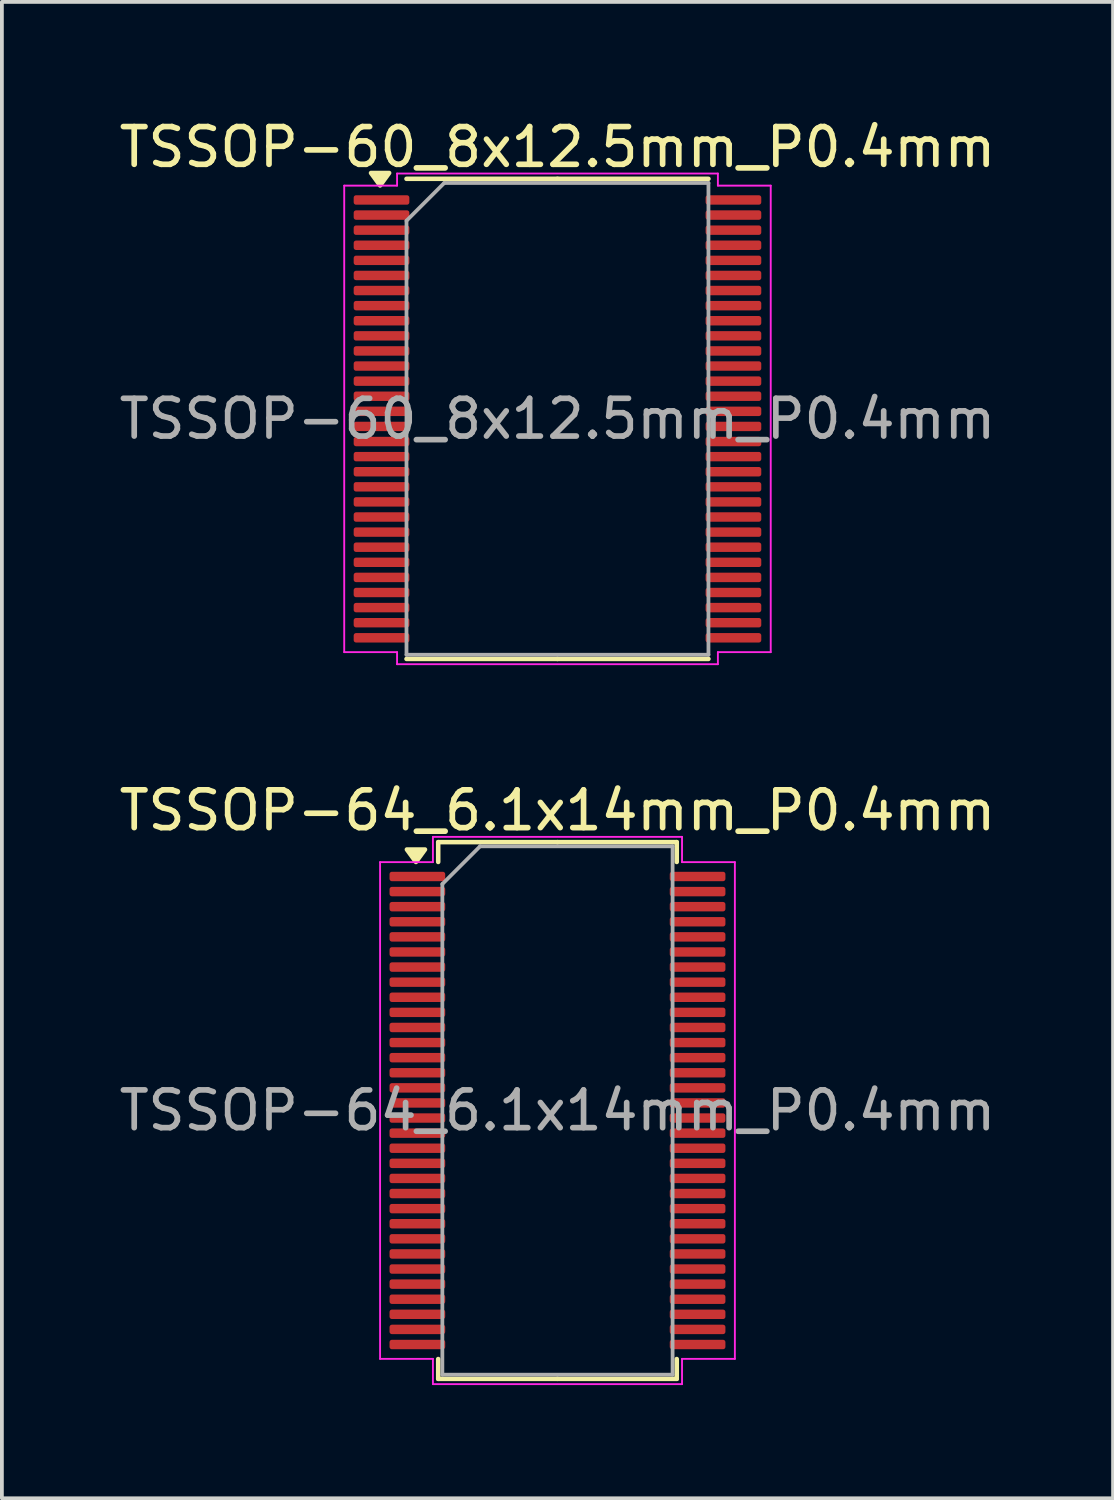
<source format=kicad_pcb>
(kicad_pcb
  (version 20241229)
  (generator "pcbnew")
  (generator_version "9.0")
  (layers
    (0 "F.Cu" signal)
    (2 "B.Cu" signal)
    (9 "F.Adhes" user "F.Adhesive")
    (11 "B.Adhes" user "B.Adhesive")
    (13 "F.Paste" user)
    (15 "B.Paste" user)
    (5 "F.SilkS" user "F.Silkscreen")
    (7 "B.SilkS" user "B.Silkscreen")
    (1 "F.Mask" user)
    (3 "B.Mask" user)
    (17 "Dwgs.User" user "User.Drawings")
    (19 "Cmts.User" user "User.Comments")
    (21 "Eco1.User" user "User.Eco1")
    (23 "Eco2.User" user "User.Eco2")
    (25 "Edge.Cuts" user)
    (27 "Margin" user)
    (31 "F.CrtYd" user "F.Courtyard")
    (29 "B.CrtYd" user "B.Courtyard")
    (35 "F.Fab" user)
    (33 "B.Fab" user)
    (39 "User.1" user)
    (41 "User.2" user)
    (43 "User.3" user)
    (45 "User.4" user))
  (footprint "TSSOP-60_8x12.5mm_P0.4mm"
    (layer "F.Cu")
    (at 11.72 8.048)
    (property "Reference" "TSSOP-60_8x12.5mm_P0.4mm" (at 0 -7.2 0) (layer "F.SilkS") (effects (font (size 1 1) (thickness 0.15))))
    (attr smd)
    (fp_line (start 0 -6.36) (end -4 -6.36) (stroke (width 0.12) (type solid)) (layer "F.SilkS"))
    (fp_line (start 0 -6.36) (end 4 -6.36) (stroke (width 0.12) (type solid)) (layer "F.SilkS"))
    (fp_line (start 0 6.36) (end -4 6.36) (stroke (width 0.12) (type solid)) (layer "F.SilkS"))
    (fp_line (start 0 6.36) (end 4 6.36) (stroke (width 0.12) (type solid)) (layer "F.SilkS"))
    (fp_poly (pts (xy -4.7 -6.185) (xy -4.94 -6.515) (xy -4.46 -6.515)) (stroke (width 0.12) (type solid)) (fill yes) (layer "F.SilkS"))
    (fp_line (start -5.65 -6.18) (end -4.25 -6.18) (stroke (width 0.05) (type solid)) (layer "F.CrtYd"))
    (fp_line (start -5.65 6.18) (end -5.65 -6.18) (stroke (width 0.05) (type solid)) (layer "F.CrtYd"))
    (fp_line (start -4.25 -6.5) (end 4.25 -6.5) (stroke (width 0.05) (type solid)) (layer "F.CrtYd"))
    (fp_line (start -4.25 -6.18) (end -4.25 -6.5) (stroke (width 0.05) (type solid)) (layer "F.CrtYd"))
    (fp_line (start -4.25 6.18) (end -5.65 6.18) (stroke (width 0.05) (type solid)) (layer "F.CrtYd"))
    (fp_line (start -4.25 6.5) (end -4.25 6.18) (stroke (width 0.05) (type solid)) (layer "F.CrtYd"))
    (fp_line (start 4.25 -6.5) (end 4.25 -6.18) (stroke (width 0.05) (type solid)) (layer "F.CrtYd"))
    (fp_line (start 4.25 -6.18) (end 5.65 -6.18) (stroke (width 0.05) (type solid)) (layer "F.CrtYd"))
    (fp_line (start 4.25 6.18) (end 4.25 6.5) (stroke (width 0.05) (type solid)) (layer "F.CrtYd"))
    (fp_line (start 4.25 6.5) (end -4.25 6.5) (stroke (width 0.05) (type solid)) (layer "F.CrtYd"))
    (fp_line (start 5.65 -6.18) (end 5.65 6.18) (stroke (width 0.05) (type solid)) (layer "F.CrtYd"))
    (fp_line (start 5.65 6.18) (end 4.25 6.18) (stroke (width 0.05) (type solid)) (layer "F.CrtYd"))
    (fp_line (start -4 -5.25) (end -3 -6.25) (stroke (width 0.1) (type solid)) (layer "F.Fab"))
    (fp_line (start -4 6.25) (end -4 -5.25) (stroke (width 0.1) (type solid)) (layer "F.Fab"))
    (fp_line (start -3 -6.25) (end 4 -6.25) (stroke (width 0.1) (type solid)) (layer "F.Fab"))
    (fp_line (start 4 -6.25) (end 4 6.25) (stroke (width 0.1) (type solid)) (layer "F.Fab"))
    (fp_line (start 4 6.25) (end -4 6.25) (stroke (width 0.1) (type solid)) (layer "F.Fab"))
    (fp_text user "${REFERENCE}" (at 0 0 0) (layer "F.Fab") (effects (font (size 1 1) (thickness 0.15))))
    (pad "1" smd roundrect (at -4.662 -5.8) (size 1.475 0.25) (layers "F.Cu" "F.Mask" "F.Paste") (roundrect_rratio 0.25))
    (pad "2" smd roundrect (at -4.662 -5.4) (size 1.475 0.25) (layers "F.Cu" "F.Mask" "F.Paste") (roundrect_rratio 0.25))
    (pad "3" smd roundrect (at -4.662 -5) (size 1.475 0.25) (layers "F.Cu" "F.Mask" "F.Paste") (roundrect_rratio 0.25))
    (pad "4" smd roundrect (at -4.662 -4.6) (size 1.475 0.25) (layers "F.Cu" "F.Mask" "F.Paste") (roundrect_rratio 0.25))
    (pad "5" smd roundrect (at -4.662 -4.2) (size 1.475 0.25) (layers "F.Cu" "F.Mask" "F.Paste") (roundrect_rratio 0.25))
    (pad "6" smd roundrect (at -4.662 -3.8) (size 1.475 0.25) (layers "F.Cu" "F.Mask" "F.Paste") (roundrect_rratio 0.25))
    (pad "7" smd roundrect (at -4.662 -3.4) (size 1.475 0.25) (layers "F.Cu" "F.Mask" "F.Paste") (roundrect_rratio 0.25))
    (pad "8" smd roundrect (at -4.662 -3) (size 1.475 0.25) (layers "F.Cu" "F.Mask" "F.Paste") (roundrect_rratio 0.25))
    (pad "9" smd roundrect (at -4.662 -2.6) (size 1.475 0.25) (layers "F.Cu" "F.Mask" "F.Paste") (roundrect_rratio 0.25))
    (pad "10" smd roundrect (at -4.662 -2.2) (size 1.475 0.25) (layers "F.Cu" "F.Mask" "F.Paste") (roundrect_rratio 0.25))
    (pad "11" smd roundrect (at -4.662 -1.8) (size 1.475 0.25) (layers "F.Cu" "F.Mask" "F.Paste") (roundrect_rratio 0.25))
    (pad "12" smd roundrect (at -4.662 -1.4) (size 1.475 0.25) (layers "F.Cu" "F.Mask" "F.Paste") (roundrect_rratio 0.25))
    (pad "13" smd roundrect (at -4.662 -1) (size 1.475 0.25) (layers "F.Cu" "F.Mask" "F.Paste") (roundrect_rratio 0.25))
    (pad "14" smd roundrect (at -4.662 -0.6) (size 1.475 0.25) (layers "F.Cu" "F.Mask" "F.Paste") (roundrect_rratio 0.25))
    (pad "15" smd roundrect (at -4.662 -0.2) (size 1.475 0.25) (layers "F.Cu" "F.Mask" "F.Paste") (roundrect_rratio 0.25))
    (pad "16" smd roundrect (at -4.662 0.2) (size 1.475 0.25) (layers "F.Cu" "F.Mask" "F.Paste") (roundrect_rratio 0.25))
    (pad "17" smd roundrect (at -4.662 0.6) (size 1.475 0.25) (layers "F.Cu" "F.Mask" "F.Paste") (roundrect_rratio 0.25))
    (pad "18" smd roundrect (at -4.662 1) (size 1.475 0.25) (layers "F.Cu" "F.Mask" "F.Paste") (roundrect_rratio 0.25))
    (pad "19" smd roundrect (at -4.662 1.4) (size 1.475 0.25) (layers "F.Cu" "F.Mask" "F.Paste") (roundrect_rratio 0.25))
    (pad "20" smd roundrect (at -4.662 1.8) (size 1.475 0.25) (layers "F.Cu" "F.Mask" "F.Paste") (roundrect_rratio 0.25))
    (pad "21" smd roundrect (at -4.662 2.2) (size 1.475 0.25) (layers "F.Cu" "F.Mask" "F.Paste") (roundrect_rratio 0.25))
    (pad "22" smd roundrect (at -4.662 2.6) (size 1.475 0.25) (layers "F.Cu" "F.Mask" "F.Paste") (roundrect_rratio 0.25))
    (pad "23" smd roundrect (at -4.662 3) (size 1.475 0.25) (layers "F.Cu" "F.Mask" "F.Paste") (roundrect_rratio 0.25))
    (pad "24" smd roundrect (at -4.662 3.4) (size 1.475 0.25) (layers "F.Cu" "F.Mask" "F.Paste") (roundrect_rratio 0.25))
    (pad "25" smd roundrect (at -4.662 3.8) (size 1.475 0.25) (layers "F.Cu" "F.Mask" "F.Paste") (roundrect_rratio 0.25))
    (pad "26" smd roundrect (at -4.662 4.2) (size 1.475 0.25) (layers "F.Cu" "F.Mask" "F.Paste") (roundrect_rratio 0.25))
    (pad "27" smd roundrect (at -4.662 4.6) (size 1.475 0.25) (layers "F.Cu" "F.Mask" "F.Paste") (roundrect_rratio 0.25))
    (pad "28" smd roundrect (at -4.662 5) (size 1.475 0.25) (layers "F.Cu" "F.Mask" "F.Paste") (roundrect_rratio 0.25))
    (pad "29" smd roundrect (at -4.662 5.4) (size 1.475 0.25) (layers "F.Cu" "F.Mask" "F.Paste") (roundrect_rratio 0.25))
    (pad "30" smd roundrect (at -4.662 5.8) (size 1.475 0.25) (layers "F.Cu" "F.Mask" "F.Paste") (roundrect_rratio 0.25))
    (pad "31" smd roundrect (at 4.662 5.8) (size 1.475 0.25) (layers "F.Cu" "F.Mask" "F.Paste") (roundrect_rratio 0.25))
    (pad "32" smd roundrect (at 4.662 5.4) (size 1.475 0.25) (layers "F.Cu" "F.Mask" "F.Paste") (roundrect_rratio 0.25))
    (pad "33" smd roundrect (at 4.662 5) (size 1.475 0.25) (layers "F.Cu" "F.Mask" "F.Paste") (roundrect_rratio 0.25))
    (pad "34" smd roundrect (at 4.662 4.6) (size 1.475 0.25) (layers "F.Cu" "F.Mask" "F.Paste") (roundrect_rratio 0.25))
    (pad "35" smd roundrect (at 4.662 4.2) (size 1.475 0.25) (layers "F.Cu" "F.Mask" "F.Paste") (roundrect_rratio 0.25))
    (pad "36" smd roundrect (at 4.662 3.8) (size 1.475 0.25) (layers "F.Cu" "F.Mask" "F.Paste") (roundrect_rratio 0.25))
    (pad "37" smd roundrect (at 4.662 3.4) (size 1.475 0.25) (layers "F.Cu" "F.Mask" "F.Paste") (roundrect_rratio 0.25))
    (pad "38" smd roundrect (at 4.662 3) (size 1.475 0.25) (layers "F.Cu" "F.Mask" "F.Paste") (roundrect_rratio 0.25))
    (pad "39" smd roundrect (at 4.662 2.6) (size 1.475 0.25) (layers "F.Cu" "F.Mask" "F.Paste") (roundrect_rratio 0.25))
    (pad "40" smd roundrect (at 4.662 2.2) (size 1.475 0.25) (layers "F.Cu" "F.Mask" "F.Paste") (roundrect_rratio 0.25))
    (pad "41" smd roundrect (at 4.662 1.8) (size 1.475 0.25) (layers "F.Cu" "F.Mask" "F.Paste") (roundrect_rratio 0.25))
    (pad "42" smd roundrect (at 4.662 1.4) (size 1.475 0.25) (layers "F.Cu" "F.Mask" "F.Paste") (roundrect_rratio 0.25))
    (pad "43" smd roundrect (at 4.662 1) (size 1.475 0.25) (layers "F.Cu" "F.Mask" "F.Paste") (roundrect_rratio 0.25))
    (pad "44" smd roundrect (at 4.662 0.6) (size 1.475 0.25) (layers "F.Cu" "F.Mask" "F.Paste") (roundrect_rratio 0.25))
    (pad "45" smd roundrect (at 4.662 0.2) (size 1.475 0.25) (layers "F.Cu" "F.Mask" "F.Paste") (roundrect_rratio 0.25))
    (pad "46" smd roundrect (at 4.662 -0.2) (size 1.475 0.25) (layers "F.Cu" "F.Mask" "F.Paste") (roundrect_rratio 0.25))
    (pad "47" smd roundrect (at 4.662 -0.6) (size 1.475 0.25) (layers "F.Cu" "F.Mask" "F.Paste") (roundrect_rratio 0.25))
    (pad "48" smd roundrect (at 4.662 -1) (size 1.475 0.25) (layers "F.Cu" "F.Mask" "F.Paste") (roundrect_rratio 0.25))
    (pad "49" smd roundrect (at 4.662 -1.4) (size 1.475 0.25) (layers "F.Cu" "F.Mask" "F.Paste") (roundrect_rratio 0.25))
    (pad "50" smd roundrect (at 4.662 -1.8) (size 1.475 0.25) (layers "F.Cu" "F.Mask" "F.Paste") (roundrect_rratio 0.25))
    (pad "51" smd roundrect (at 4.662 -2.2) (size 1.475 0.25) (layers "F.Cu" "F.Mask" "F.Paste") (roundrect_rratio 0.25))
    (pad "52" smd roundrect (at 4.662 -2.6) (size 1.475 0.25) (layers "F.Cu" "F.Mask" "F.Paste") (roundrect_rratio 0.25))
    (pad "53" smd roundrect (at 4.662 -3) (size 1.475 0.25) (layers "F.Cu" "F.Mask" "F.Paste") (roundrect_rratio 0.25))
    (pad "54" smd roundrect (at 4.662 -3.4) (size 1.475 0.25) (layers "F.Cu" "F.Mask" "F.Paste") (roundrect_rratio 0.25))
    (pad "55" smd roundrect (at 4.662 -3.8) (size 1.475 0.25) (layers "F.Cu" "F.Mask" "F.Paste") (roundrect_rratio 0.25))
    (pad "56" smd roundrect (at 4.662 -4.2) (size 1.475 0.25) (layers "F.Cu" "F.Mask" "F.Paste") (roundrect_rratio 0.25))
    (pad "57" smd roundrect (at 4.662 -4.6) (size 1.475 0.25) (layers "F.Cu" "F.Mask" "F.Paste") (roundrect_rratio 0.25))
    (pad "58" smd roundrect (at 4.662 -5) (size 1.475 0.25) (layers "F.Cu" "F.Mask" "F.Paste") (roundrect_rratio 0.25))
    (pad "59" smd roundrect (at 4.662 -5.4) (size 1.475 0.25) (layers "F.Cu" "F.Mask" "F.Paste") (roundrect_rratio 0.25))
    (pad "60" smd roundrect (at 4.662 -5.8) (size 1.475 0.25) (layers "F.Cu" "F.Mask" "F.Paste") (roundrect_rratio 0.25)))
  (footprint "TSSOP-64_6.1x14mm_P0.4mm"
    (layer "F.Cu")
    (at 11.72 26.372)
    (property "Reference" "TSSOP-64_6.1x14mm_P0.4mm" (at 0 -7.95 0) (layer "F.SilkS") (effects (font (size 1 1) (thickness 0.15))))
    (attr smd)
    (fp_line (start -3.16 -7.11) (end -3.16 -6.585) (stroke (width 0.12) (type solid)) (layer "F.SilkS"))
    (fp_line (start -3.16 7.11) (end -3.16 6.585) (stroke (width 0.12) (type solid)) (layer "F.SilkS"))
    (fp_line (start 0 -7.11) (end -3.16 -7.11) (stroke (width 0.12) (type solid)) (layer "F.SilkS"))
    (fp_line (start 0 -7.11) (end 3.16 -7.11) (stroke (width 0.12) (type solid)) (layer "F.SilkS"))
    (fp_line (start 0 7.11) (end -3.16 7.11) (stroke (width 0.12) (type solid)) (layer "F.SilkS"))
    (fp_line (start 0 7.11) (end 3.16 7.11) (stroke (width 0.12) (type solid)) (layer "F.SilkS"))
    (fp_line (start 3.16 -7.11) (end 3.16 -6.585) (stroke (width 0.12) (type solid)) (layer "F.SilkS"))
    (fp_line (start 3.16 7.11) (end 3.16 6.585) (stroke (width 0.12) (type solid)) (layer "F.SilkS"))
    (fp_poly (pts (xy -3.75 -6.585) (xy -3.99 -6.915) (xy -3.51 -6.915)) (stroke (width 0.12) (type solid)) (fill yes) (layer "F.SilkS"))
    (fp_line (start -4.7 -6.58) (end -3.3 -6.58) (stroke (width 0.05) (type solid)) (layer "F.CrtYd"))
    (fp_line (start -4.7 6.58) (end -4.7 -6.58) (stroke (width 0.05) (type solid)) (layer "F.CrtYd"))
    (fp_line (start -3.3 -7.25) (end 3.3 -7.25) (stroke (width 0.05) (type solid)) (layer "F.CrtYd"))
    (fp_line (start -3.3 -6.58) (end -3.3 -7.25) (stroke (width 0.05) (type solid)) (layer "F.CrtYd"))
    (fp_line (start -3.3 6.58) (end -4.7 6.58) (stroke (width 0.05) (type solid)) (layer "F.CrtYd"))
    (fp_line (start -3.3 7.25) (end -3.3 6.58) (stroke (width 0.05) (type solid)) (layer "F.CrtYd"))
    (fp_line (start 3.3 -7.25) (end 3.3 -6.58) (stroke (width 0.05) (type solid)) (layer "F.CrtYd"))
    (fp_line (start 3.3 -6.58) (end 4.7 -6.58) (stroke (width 0.05) (type solid)) (layer "F.CrtYd"))
    (fp_line (start 3.3 6.58) (end 3.3 7.25) (stroke (width 0.05) (type solid)) (layer "F.CrtYd"))
    (fp_line (start 3.3 7.25) (end -3.3 7.25) (stroke (width 0.05) (type solid)) (layer "F.CrtYd"))
    (fp_line (start 4.7 -6.58) (end 4.7 6.58) (stroke (width 0.05) (type solid)) (layer "F.CrtYd"))
    (fp_line (start 4.7 6.58) (end 3.3 6.58) (stroke (width 0.05) (type solid)) (layer "F.CrtYd"))
    (fp_line (start -3.05 -6) (end -2.05 -7) (stroke (width 0.1) (type solid)) (layer "F.Fab"))
    (fp_line (start -3.05 7) (end -3.05 -6) (stroke (width 0.1) (type solid)) (layer "F.Fab"))
    (fp_line (start -2.05 -7) (end 3.05 -7) (stroke (width 0.1) (type solid)) (layer "F.Fab"))
    (fp_line (start 3.05 -7) (end 3.05 7) (stroke (width 0.1) (type solid)) (layer "F.Fab"))
    (fp_line (start 3.05 7) (end -3.05 7) (stroke (width 0.1) (type solid)) (layer "F.Fab"))
    (fp_text user "${REFERENCE}" (at 0 0 0) (layer "F.Fab") (effects (font (size 1 1) (thickness 0.15))))
    (pad "1" smd roundrect (at -3.712 -6.2) (size 1.475 0.25) (layers "F.Cu" "F.Mask" "F.Paste") (roundrect_rratio 0.25))
    (pad "2" smd roundrect (at -3.712 -5.8) (size 1.475 0.25) (layers "F.Cu" "F.Mask" "F.Paste") (roundrect_rratio 0.25))
    (pad "3" smd roundrect (at -3.712 -5.4) (size 1.475 0.25) (layers "F.Cu" "F.Mask" "F.Paste") (roundrect_rratio 0.25))
    (pad "4" smd roundrect (at -3.712 -5) (size 1.475 0.25) (layers "F.Cu" "F.Mask" "F.Paste") (roundrect_rratio 0.25))
    (pad "5" smd roundrect (at -3.712 -4.6) (size 1.475 0.25) (layers "F.Cu" "F.Mask" "F.Paste") (roundrect_rratio 0.25))
    (pad "6" smd roundrect (at -3.712 -4.2) (size 1.475 0.25) (layers "F.Cu" "F.Mask" "F.Paste") (roundrect_rratio 0.25))
    (pad "7" smd roundrect (at -3.712 -3.8) (size 1.475 0.25) (layers "F.Cu" "F.Mask" "F.Paste") (roundrect_rratio 0.25))
    (pad "8" smd roundrect (at -3.712 -3.4) (size 1.475 0.25) (layers "F.Cu" "F.Mask" "F.Paste") (roundrect_rratio 0.25))
    (pad "9" smd roundrect (at -3.712 -3) (size 1.475 0.25) (layers "F.Cu" "F.Mask" "F.Paste") (roundrect_rratio 0.25))
    (pad "10" smd roundrect (at -3.712 -2.6) (size 1.475 0.25) (layers "F.Cu" "F.Mask" "F.Paste") (roundrect_rratio 0.25))
    (pad "11" smd roundrect (at -3.712 -2.2) (size 1.475 0.25) (layers "F.Cu" "F.Mask" "F.Paste") (roundrect_rratio 0.25))
    (pad "12" smd roundrect (at -3.712 -1.8) (size 1.475 0.25) (layers "F.Cu" "F.Mask" "F.Paste") (roundrect_rratio 0.25))
    (pad "13" smd roundrect (at -3.712 -1.4) (size 1.475 0.25) (layers "F.Cu" "F.Mask" "F.Paste") (roundrect_rratio 0.25))
    (pad "14" smd roundrect (at -3.712 -1) (size 1.475 0.25) (layers "F.Cu" "F.Mask" "F.Paste") (roundrect_rratio 0.25))
    (pad "15" smd roundrect (at -3.712 -0.6) (size 1.475 0.25) (layers "F.Cu" "F.Mask" "F.Paste") (roundrect_rratio 0.25))
    (pad "16" smd roundrect (at -3.712 -0.2) (size 1.475 0.25) (layers "F.Cu" "F.Mask" "F.Paste") (roundrect_rratio 0.25))
    (pad "17" smd roundrect (at -3.712 0.2) (size 1.475 0.25) (layers "F.Cu" "F.Mask" "F.Paste") (roundrect_rratio 0.25))
    (pad "18" smd roundrect (at -3.712 0.6) (size 1.475 0.25) (layers "F.Cu" "F.Mask" "F.Paste") (roundrect_rratio 0.25))
    (pad "19" smd roundrect (at -3.712 1) (size 1.475 0.25) (layers "F.Cu" "F.Mask" "F.Paste") (roundrect_rratio 0.25))
    (pad "20" smd roundrect (at -3.712 1.4) (size 1.475 0.25) (layers "F.Cu" "F.Mask" "F.Paste") (roundrect_rratio 0.25))
    (pad "21" smd roundrect (at -3.712 1.8) (size 1.475 0.25) (layers "F.Cu" "F.Mask" "F.Paste") (roundrect_rratio 0.25))
    (pad "22" smd roundrect (at -3.712 2.2) (size 1.475 0.25) (layers "F.Cu" "F.Mask" "F.Paste") (roundrect_rratio 0.25))
    (pad "23" smd roundrect (at -3.712 2.6) (size 1.475 0.25) (layers "F.Cu" "F.Mask" "F.Paste") (roundrect_rratio 0.25))
    (pad "24" smd roundrect (at -3.712 3) (size 1.475 0.25) (layers "F.Cu" "F.Mask" "F.Paste") (roundrect_rratio 0.25))
    (pad "25" smd roundrect (at -3.712 3.4) (size 1.475 0.25) (layers "F.Cu" "F.Mask" "F.Paste") (roundrect_rratio 0.25))
    (pad "26" smd roundrect (at -3.712 3.8) (size 1.475 0.25) (layers "F.Cu" "F.Mask" "F.Paste") (roundrect_rratio 0.25))
    (pad "27" smd roundrect (at -3.712 4.2) (size 1.475 0.25) (layers "F.Cu" "F.Mask" "F.Paste") (roundrect_rratio 0.25))
    (pad "28" smd roundrect (at -3.712 4.6) (size 1.475 0.25) (layers "F.Cu" "F.Mask" "F.Paste") (roundrect_rratio 0.25))
    (pad "29" smd roundrect (at -3.712 5) (size 1.475 0.25) (layers "F.Cu" "F.Mask" "F.Paste") (roundrect_rratio 0.25))
    (pad "30" smd roundrect (at -3.712 5.4) (size 1.475 0.25) (layers "F.Cu" "F.Mask" "F.Paste") (roundrect_rratio 0.25))
    (pad "31" smd roundrect (at -3.712 5.8) (size 1.475 0.25) (layers "F.Cu" "F.Mask" "F.Paste") (roundrect_rratio 0.25))
    (pad "32" smd roundrect (at -3.712 6.2) (size 1.475 0.25) (layers "F.Cu" "F.Mask" "F.Paste") (roundrect_rratio 0.25))
    (pad "33" smd roundrect (at 3.712 6.2) (size 1.475 0.25) (layers "F.Cu" "F.Mask" "F.Paste") (roundrect_rratio 0.25))
    (pad "34" smd roundrect (at 3.712 5.8) (size 1.475 0.25) (layers "F.Cu" "F.Mask" "F.Paste") (roundrect_rratio 0.25))
    (pad "35" smd roundrect (at 3.712 5.4) (size 1.475 0.25) (layers "F.Cu" "F.Mask" "F.Paste") (roundrect_rratio 0.25))
    (pad "36" smd roundrect (at 3.712 5) (size 1.475 0.25) (layers "F.Cu" "F.Mask" "F.Paste") (roundrect_rratio 0.25))
    (pad "37" smd roundrect (at 3.712 4.6) (size 1.475 0.25) (layers "F.Cu" "F.Mask" "F.Paste") (roundrect_rratio 0.25))
    (pad "38" smd roundrect (at 3.712 4.2) (size 1.475 0.25) (layers "F.Cu" "F.Mask" "F.Paste") (roundrect_rratio 0.25))
    (pad "39" smd roundrect (at 3.712 3.8) (size 1.475 0.25) (layers "F.Cu" "F.Mask" "F.Paste") (roundrect_rratio 0.25))
    (pad "40" smd roundrect (at 3.712 3.4) (size 1.475 0.25) (layers "F.Cu" "F.Mask" "F.Paste") (roundrect_rratio 0.25))
    (pad "41" smd roundrect (at 3.712 3) (size 1.475 0.25) (layers "F.Cu" "F.Mask" "F.Paste") (roundrect_rratio 0.25))
    (pad "42" smd roundrect (at 3.712 2.6) (size 1.475 0.25) (layers "F.Cu" "F.Mask" "F.Paste") (roundrect_rratio 0.25))
    (pad "43" smd roundrect (at 3.712 2.2) (size 1.475 0.25) (layers "F.Cu" "F.Mask" "F.Paste") (roundrect_rratio 0.25))
    (pad "44" smd roundrect (at 3.712 1.8) (size 1.475 0.25) (layers "F.Cu" "F.Mask" "F.Paste") (roundrect_rratio 0.25))
    (pad "45" smd roundrect (at 3.712 1.4) (size 1.475 0.25) (layers "F.Cu" "F.Mask" "F.Paste") (roundrect_rratio 0.25))
    (pad "46" smd roundrect (at 3.712 1) (size 1.475 0.25) (layers "F.Cu" "F.Mask" "F.Paste") (roundrect_rratio 0.25))
    (pad "47" smd roundrect (at 3.712 0.6) (size 1.475 0.25) (layers "F.Cu" "F.Mask" "F.Paste") (roundrect_rratio 0.25))
    (pad "48" smd roundrect (at 3.712 0.2) (size 1.475 0.25) (layers "F.Cu" "F.Mask" "F.Paste") (roundrect_rratio 0.25))
    (pad "49" smd roundrect (at 3.712 -0.2) (size 1.475 0.25) (layers "F.Cu" "F.Mask" "F.Paste") (roundrect_rratio 0.25))
    (pad "50" smd roundrect (at 3.712 -0.6) (size 1.475 0.25) (layers "F.Cu" "F.Mask" "F.Paste") (roundrect_rratio 0.25))
    (pad "51" smd roundrect (at 3.712 -1) (size 1.475 0.25) (layers "F.Cu" "F.Mask" "F.Paste") (roundrect_rratio 0.25))
    (pad "52" smd roundrect (at 3.712 -1.4) (size 1.475 0.25) (layers "F.Cu" "F.Mask" "F.Paste") (roundrect_rratio 0.25))
    (pad "53" smd roundrect (at 3.712 -1.8) (size 1.475 0.25) (layers "F.Cu" "F.Mask" "F.Paste") (roundrect_rratio 0.25))
    (pad "54" smd roundrect (at 3.712 -2.2) (size 1.475 0.25) (layers "F.Cu" "F.Mask" "F.Paste") (roundrect_rratio 0.25))
    (pad "55" smd roundrect (at 3.712 -2.6) (size 1.475 0.25) (layers "F.Cu" "F.Mask" "F.Paste") (roundrect_rratio 0.25))
    (pad "56" smd roundrect (at 3.712 -3) (size 1.475 0.25) (layers "F.Cu" "F.Mask" "F.Paste") (roundrect_rratio 0.25))
    (pad "57" smd roundrect (at 3.712 -3.4) (size 1.475 0.25) (layers "F.Cu" "F.Mask" "F.Paste") (roundrect_rratio 0.25))
    (pad "58" smd roundrect (at 3.712 -3.8) (size 1.475 0.25) (layers "F.Cu" "F.Mask" "F.Paste") (roundrect_rratio 0.25))
    (pad "59" smd roundrect (at 3.712 -4.2) (size 1.475 0.25) (layers "F.Cu" "F.Mask" "F.Paste") (roundrect_rratio 0.25))
    (pad "60" smd roundrect (at 3.712 -4.6) (size 1.475 0.25) (layers "F.Cu" "F.Mask" "F.Paste") (roundrect_rratio 0.25))
    (pad "61" smd roundrect (at 3.712 -5) (size 1.475 0.25) (layers "F.Cu" "F.Mask" "F.Paste") (roundrect_rratio 0.25))
    (pad "62" smd roundrect (at 3.712 -5.4) (size 1.475 0.25) (layers "F.Cu" "F.Mask" "F.Paste") (roundrect_rratio 0.25))
    (pad "63" smd roundrect (at 3.712 -5.8) (size 1.475 0.25) (layers "F.Cu" "F.Mask" "F.Paste") (roundrect_rratio 0.25))
    (pad "64" smd roundrect (at 3.712 -6.2) (size 1.475 0.25) (layers "F.Cu" "F.Mask" "F.Paste") (roundrect_rratio 0.25)))
  (gr_rect
    (start -3 -3)
    (end 26.44 36.647)
    (stroke (width 0.1) (type default))
    (fill no)
    (layer "Edge.Cuts")))
</source>
